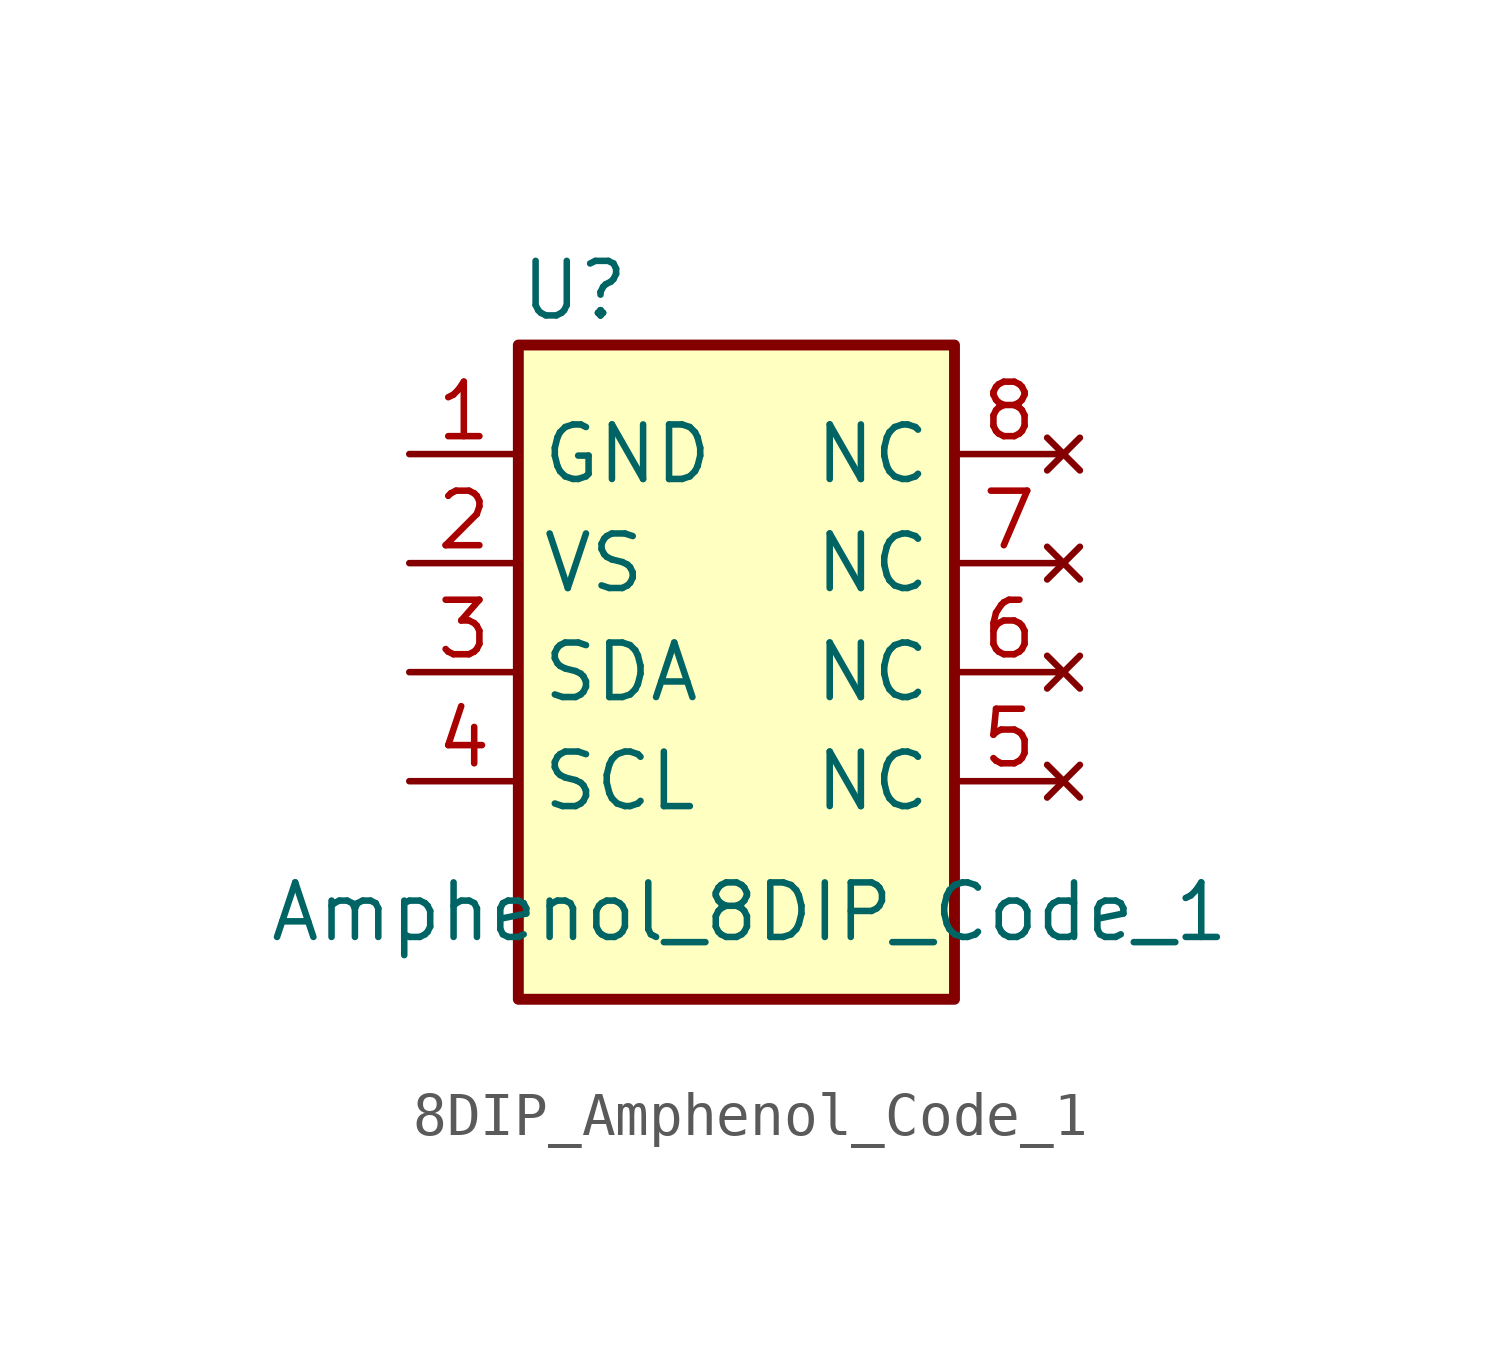
<source format=kicad_sym>
(kicad_symbol_lib
  (version 20241209)
  (generator "kicad_symbol_editor")
  (generator_version "9.0")
  (symbol "8DIP_Amphenol_Code_1"
    (property "Reference" "U"
      (at -5.08 8.89 0)
      (effects (font (size 1.27 1.27)) (justify left)))
    (property "Value" "Amphenol_8DIP_Code_1"
      (at -10.922 -5.588 0)
      (effects (font (size 1.27 1.27)) (justify left)))
    (symbol "8DIP_Amphenol_Code_1_0_1"
      (rectangle (start -5.08 7.62) (end 5.08 -7.62) (stroke (width 0.254) (type default)) (fill (type background))))
    (symbol "8DIP_Amphenol_Code_1_1_0"
      (pin no_connect line (at 7.62 0 180) (length 2.54) (name "NC" (effects (font (size 1.27 1.27)))) (number "6" (effects (font (size 1.27 1.27)))))
      (pin no_connect line (at 7.62 -2.54 180) (length 2.54) (name "NC" (effects (font (size 1.27 1.27)))) (number "5" (effects (font (size 1.27 1.27))))))
    (symbol "8DIP_Amphenol_Code_1_1_1"
      (pin power_in line (at -7.62 5.08 0) (length 2.54) (name "GND" (effects (font (size 1.27 1.27)))) (number "1" (effects (font (size 1.27 1.27)))))
      (pin power_in line (at -7.62 2.54 0) (length 2.54) (name "VS" (effects (font (size 1.27 1.27)))) (number "2" (effects (font (size 1.27 1.27)))))
      (pin bidirectional line (at -7.62 0 0) (length 2.54) (name "SDA" (effects (font (size 1.27 1.27)))) (number "3" (effects (font (size 1.27 1.27)))))
      (pin input line (at -7.62 -2.54 0) (length 2.54) (name "SCL" (effects (font (size 1.27 1.27)))) (number "4" (effects (font (size 1.27 1.27)))))
      (pin no_connect line (at 7.62 5.08 180) (length 2.54) (name "NC" (effects (font (size 1.27 1.27)))) (number "8" (effects (font (size 1.27 1.27)))))
      (pin no_connect line (at 7.62 2.54 180) (length 2.54) (name "NC" (effects (font (size 1.27 1.27)))) (number "7" (effects (font (size 1.27 1.27))))))))
</source>
